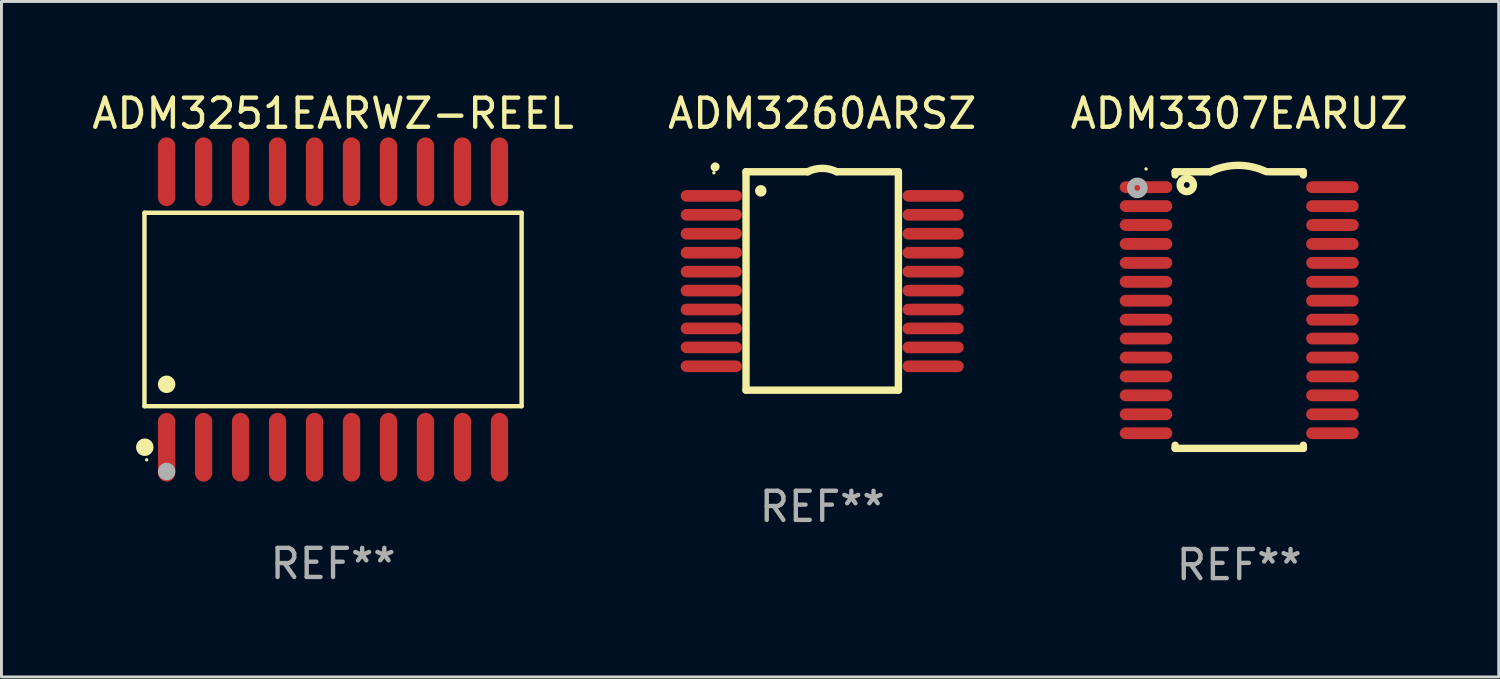
<source format=kicad_pcb>
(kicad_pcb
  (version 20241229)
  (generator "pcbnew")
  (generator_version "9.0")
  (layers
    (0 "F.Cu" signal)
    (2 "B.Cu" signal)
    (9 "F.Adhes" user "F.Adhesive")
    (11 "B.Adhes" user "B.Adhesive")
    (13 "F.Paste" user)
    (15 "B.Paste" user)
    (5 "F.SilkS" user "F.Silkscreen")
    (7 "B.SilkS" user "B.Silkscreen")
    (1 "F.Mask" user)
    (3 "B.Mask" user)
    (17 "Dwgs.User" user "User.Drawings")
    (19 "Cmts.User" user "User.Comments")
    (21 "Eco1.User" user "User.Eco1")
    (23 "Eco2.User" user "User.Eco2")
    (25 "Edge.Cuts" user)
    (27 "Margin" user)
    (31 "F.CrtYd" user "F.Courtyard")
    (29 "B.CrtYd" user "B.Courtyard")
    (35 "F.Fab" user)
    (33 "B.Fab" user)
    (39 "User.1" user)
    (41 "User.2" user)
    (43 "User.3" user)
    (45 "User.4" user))
  (footprint "ADM3260ARSZ"
    (layer "F.Cu")
    (at 25.185 6.598)
    (property "Reference" "ADM3260ARSZ" (at 0 -5.75 0) (layer "F.SilkS") (effects (font (size 1 1) (thickness 0.15))))
    (attr through_hole)
    (fp_line (start -2.616 -3.75) (end -0.5 -3.75) (stroke (width 0.254) (type solid)) (layer "F.SilkS"))
    (fp_line (start -2.616 3.75) (end -2.616 -3.75) (stroke (width 0.254) (type solid)) (layer "F.SilkS"))
    (fp_line (start 0.5 -3.75) (end 2.616 -3.75) (stroke (width 0.254) (type solid)) (layer "F.SilkS"))
    (fp_line (start 2.616 -3.75) (end 2.616 3.75) (stroke (width 0.254) (type solid)) (layer "F.SilkS"))
    (fp_line (start 2.616 3.75) (end -2.616 3.75) (stroke (width 0.254) (type solid)) (layer "F.SilkS"))
    (fp_arc (start -3.683109 -3.911608) (mid -3.678201 -3.91686) (end -3.672949 -3.921768) (stroke (width 0.3) (type solid)) (layer "F.SilkS"))
    (fp_arc (start -0.500483 -3.749047) (mid -0.000102 -3.867211) (end 0.500279 -3.749047) (stroke (width 0.254001) (type solid)) (layer "F.SilkS"))
    (fp_circle (center -3.72 -3.715) (end -3.69 -3.715) (stroke (width 0.06) (type solid)) (fill no) (layer "F.SilkS"))
    (fp_circle (center -2.108 -3.094) (end -2.008 -3.094) (stroke (width 0.2) (type solid)) (fill no) (layer "F.SilkS"))
    (fp_text user "REF**" (at 0 7.75 0) (layer "F.Fab") (effects (font (size 1 1) (thickness 0.15))))
    (pad "1" smd oval (at -3.81 -2.921 90) (size 0.4 2.1) (layers "F.Cu" "F.Mask" "F.Paste"))
    (pad "2" smd oval (at -3.81 -2.271 90) (size 0.4 2.1) (layers "F.Cu" "F.Mask" "F.Paste"))
    (pad "3" smd oval (at -3.81 -1.621 90) (size 0.4 2.1) (layers "F.Cu" "F.Mask" "F.Paste"))
    (pad "4" smd oval (at -3.81 -0.97 90) (size 0.4 2.1) (layers "F.Cu" "F.Mask" "F.Paste"))
    (pad "5" smd oval (at -3.81 -0.32 90) (size 0.4 2.1) (layers "F.Cu" "F.Mask" "F.Paste"))
    (pad "6" smd oval (at -3.81 0.33 90) (size 0.4 2.1) (layers "F.Cu" "F.Mask" "F.Paste"))
    (pad "7" smd oval (at -3.81 0.98 90) (size 0.4 2.1) (layers "F.Cu" "F.Mask" "F.Paste"))
    (pad "8" smd oval (at -3.81 1.631 90) (size 0.4 2.1) (layers "F.Cu" "F.Mask" "F.Paste"))
    (pad "9" smd oval (at -3.81 2.281 90) (size 0.4 2.1) (layers "F.Cu" "F.Mask" "F.Paste"))
    (pad "10" smd oval (at -3.81 2.931 90) (size 0.4 2.1) (layers "F.Cu" "F.Mask" "F.Paste"))
    (pad "11" smd oval (at 3.81 2.931 90) (size 0.4 2.1) (layers "F.Cu" "F.Mask" "F.Paste"))
    (pad "12" smd oval (at 3.81 2.281 90) (size 0.4 2.1) (layers "F.Cu" "F.Mask" "F.Paste"))
    (pad "13" smd oval (at 3.81 1.631 90) (size 0.4 2.1) (layers "F.Cu" "F.Mask" "F.Paste"))
    (pad "14" smd oval (at 3.81 0.98 90) (size 0.4 2.1) (layers "F.Cu" "F.Mask" "F.Paste"))
    (pad "15" smd oval (at 3.81 0.33 90) (size 0.4 2.1) (layers "F.Cu" "F.Mask" "F.Paste"))
    (pad "16" smd oval (at 3.81 -0.32 90) (size 0.4 2.1) (layers "F.Cu" "F.Mask" "F.Paste"))
    (pad "17" smd oval (at 3.81 -0.97 90) (size 0.4 2.1) (layers "F.Cu" "F.Mask" "F.Paste"))
    (pad "18" smd oval (at 3.81 -1.621 90) (size 0.4 2.1) (layers "F.Cu" "F.Mask" "F.Paste"))
    (pad "19" smd oval (at 3.81 -2.271 90) (size 0.4 2.1) (layers "F.Cu" "F.Mask" "F.Paste"))
    (pad "20" smd oval (at 3.81 -2.921 90) (size 0.4 2.1) (layers "F.Cu" "F.Mask" "F.Paste")))
  (footprint "ADM3251EARWZ-REEL"
    (layer "F.Cu")
    (at 8.387 7.578)
    (property "Reference" "ADM3251EARWZ-REEL" (at 0 -6.73 0) (layer "F.SilkS") (effects (font (size 1 1) (thickness 0.15))))
    (attr through_hole)
    (fp_line (start -6.476 -3.321) (end 6.476 -3.321) (stroke (width 0.152) (type solid)) (layer "F.SilkS"))
    (fp_line (start -6.476 3.321) (end -6.476 -3.321) (stroke (width 0.152) (type solid)) (layer "F.SilkS"))
    (fp_line (start 6.476 -3.321) (end 6.476 3.321) (stroke (width 0.152) (type solid)) (layer "F.SilkS"))
    (fp_line (start 6.476 3.321) (end -6.476 3.321) (stroke (width 0.152) (type solid)) (layer "F.SilkS"))
    (fp_circle (center -6.465 4.73) (end -6.315 4.73) (stroke (width 0.3) (type solid)) (fill no) (layer "F.SilkS"))
    (fp_circle (center -6.4 5.163) (end -6.37 5.163) (stroke (width 0.06) (type solid)) (fill no) (layer "F.SilkS"))
    (fp_circle (center -5.715 2.569) (end -5.565 2.569) (stroke (width 0.3) (type solid)) (fill no) (layer "F.SilkS"))
    (fp_circle (center -5.715 5.563) (end -5.565 5.563) (stroke (width 0.3) (type solid)) (fill no) (layer "F.Fab"))
    (fp_text user "REF**" (at 0 8.73 0) (layer "F.Fab") (effects (font (size 1 1) (thickness 0.15))))
    (pad "1" smd oval (at -5.715 4.73) (size 0.595 2.36) (layers "F.Cu" "F.Mask" "F.Paste"))
    (pad "2" smd oval (at -4.445 4.73) (size 0.595 2.36) (layers "F.Cu" "F.Mask" "F.Paste"))
    (pad "3" smd oval (at -3.175 4.73) (size 0.595 2.36) (layers "F.Cu" "F.Mask" "F.Paste"))
    (pad "4" smd oval (at -1.905 4.73) (size 0.595 2.36) (layers "F.Cu" "F.Mask" "F.Paste"))
    (pad "5" smd oval (at -0.635 4.73) (size 0.595 2.36) (layers "F.Cu" "F.Mask" "F.Paste"))
    (pad "6" smd oval (at 0.635 4.73) (size 0.595 2.36) (layers "F.Cu" "F.Mask" "F.Paste"))
    (pad "7" smd oval (at 1.905 4.73) (size 0.595 2.36) (layers "F.Cu" "F.Mask" "F.Paste"))
    (pad "8" smd oval (at 3.175 4.73) (size 0.595 2.36) (layers "F.Cu" "F.Mask" "F.Paste"))
    (pad "9" smd oval (at 4.445 4.73) (size 0.595 2.36) (layers "F.Cu" "F.Mask" "F.Paste"))
    (pad "10" smd oval (at 5.715 4.73) (size 0.595 2.36) (layers "F.Cu" "F.Mask" "F.Paste"))
    (pad "11" smd oval (at 5.715 -4.73) (size 0.595 2.36) (layers "F.Cu" "F.Mask" "F.Paste"))
    (pad "12" smd oval (at 4.445 -4.73) (size 0.595 2.36) (layers "F.Cu" "F.Mask" "F.Paste"))
    (pad "13" smd oval (at 3.175 -4.73) (size 0.595 2.36) (layers "F.Cu" "F.Mask" "F.Paste"))
    (pad "14" smd oval (at 1.905 -4.73) (size 0.595 2.36) (layers "F.Cu" "F.Mask" "F.Paste"))
    (pad "15" smd oval (at 0.635 -4.73) (size 0.595 2.36) (layers "F.Cu" "F.Mask" "F.Paste"))
    (pad "16" smd oval (at -0.635 -4.73) (size 0.595 2.36) (layers "F.Cu" "F.Mask" "F.Paste"))
    (pad "17" smd oval (at -1.905 -4.73) (size 0.595 2.36) (layers "F.Cu" "F.Mask" "F.Paste"))
    (pad "18" smd oval (at -3.175 -4.73) (size 0.595 2.36) (layers "F.Cu" "F.Mask" "F.Paste"))
    (pad "19" smd oval (at -4.445 -4.73) (size 0.595 2.36) (layers "F.Cu" "F.Mask" "F.Paste"))
    (pad "20" smd oval (at -5.715 -4.73) (size 0.595 2.36) (layers "F.Cu" "F.Mask" "F.Paste")))
  (footprint "ADM3307EARUZ"
    (layer "F.Cu")
    (at 39.506 7.598)
    (property "Reference" "ADM3307EARUZ" (at 0 -6.75 0) (layer "F.SilkS") (effects (font (size 1 1) (thickness 0.15))))
    (attr through_hole)
    (fp_line (start -2.2 -4.75) (end -2.2 -4.641) (stroke (width 0.254) (type solid)) (layer "F.SilkS"))
    (fp_line (start -2.2 -4.75) (end -1 -4.75) (stroke (width 0.254) (type solid)) (layer "F.SilkS"))
    (fp_line (start -2.2 4.641) (end -2.2 4.75) (stroke (width 0.254) (type solid)) (layer "F.SilkS"))
    (fp_line (start -2.2 4.75) (end 2.2 4.75) (stroke (width 0.254) (type solid)) (layer "F.SilkS"))
    (fp_line (start 2.2 -4.75) (end 1 -4.75) (stroke (width 0.254) (type solid)) (layer "F.SilkS"))
    (fp_line (start 2.2 -4.75) (end 2.2 -4.641) (stroke (width 0.254) (type solid)) (layer "F.SilkS"))
    (fp_line (start 2.2 4.641) (end 2.2 4.75) (stroke (width 0.254) (type solid)) (layer "F.SilkS"))
    (fp_arc (start -1.000025 -4.750013) (mid -0.040073 -4.969719) (end 0.920777 -4.753975) (stroke (width 0.254001) (type solid)) (layer "F.SilkS"))
    (fp_circle (center -3.2 -4.846) (end -3.17 -4.846) (stroke (width 0.06) (type solid)) (fill no) (layer "F.SilkS"))
    (fp_circle (center -1.8 -4.296) (end -1.7 -4.296) (stroke (width 0.254) (type solid)) (fill no) (layer "F.SilkS"))
    (fp_circle (center -3.5 -4.196) (end -3.4 -4.196) (stroke (width 0.254) (type solid)) (fill no) (layer "F.Fab"))
    (fp_text user "REF**" (at 0 8.75 0) (layer "F.Fab") (effects (font (size 1 1) (thickness 0.15))))
    (pad "1" smd oval (at -3.2 -4.221) (size 1.803 0.406) (layers "F.Cu" "F.Mask" "F.Paste"))
    (pad "2" smd oval (at -3.2 -3.571) (size 1.803 0.406) (layers "F.Cu" "F.Mask" "F.Paste"))
    (pad "3" smd oval (at -3.2 -2.921) (size 1.803 0.406) (layers "F.Cu" "F.Mask" "F.Paste"))
    (pad "4" smd oval (at -3.2 -2.271) (size 1.803 0.406) (layers "F.Cu" "F.Mask" "F.Paste"))
    (pad "5" smd oval (at -3.2 -1.621) (size 1.803 0.406) (layers "F.Cu" "F.Mask" "F.Paste"))
    (pad "6" smd oval (at -3.2 -0.971) (size 1.803 0.406) (layers "F.Cu" "F.Mask" "F.Paste"))
    (pad "7" smd oval (at -3.2 -0.321) (size 1.803 0.406) (layers "F.Cu" "F.Mask" "F.Paste"))
    (pad "8" smd oval (at -3.2 0.329) (size 1.803 0.406) (layers "F.Cu" "F.Mask" "F.Paste"))
    (pad "9" smd oval (at -3.2 0.979) (size 1.803 0.406) (layers "F.Cu" "F.Mask" "F.Paste"))
    (pad "10" smd oval (at -3.2 1.629) (size 1.803 0.406) (layers "F.Cu" "F.Mask" "F.Paste"))
    (pad "11" smd oval (at -3.2 2.279) (size 1.803 0.406) (layers "F.Cu" "F.Mask" "F.Paste"))
    (pad "12" smd oval (at -3.2 2.929) (size 1.803 0.406) (layers "F.Cu" "F.Mask" "F.Paste"))
    (pad "13" smd oval (at -3.2 3.579) (size 1.803 0.406) (layers "F.Cu" "F.Mask" "F.Paste"))
    (pad "14" smd oval (at -3.2 4.229) (size 1.803 0.406) (layers "F.Cu" "F.Mask" "F.Paste"))
    (pad "15" smd oval (at 3.2 4.229) (size 1.803 0.406) (layers "F.Cu" "F.Mask" "F.Paste"))
    (pad "16" smd oval (at 3.2 3.579) (size 1.803 0.406) (layers "F.Cu" "F.Mask" "F.Paste"))
    (pad "17" smd oval (at 3.2 2.929) (size 1.803 0.406) (layers "F.Cu" "F.Mask" "F.Paste"))
    (pad "18" smd oval (at 3.2 2.279) (size 1.803 0.406) (layers "F.Cu" "F.Mask" "F.Paste"))
    (pad "19" smd oval (at 3.2 1.629) (size 1.803 0.406) (layers "F.Cu" "F.Mask" "F.Paste"))
    (pad "20" smd oval (at 3.2 0.979) (size 1.803 0.406) (layers "F.Cu" "F.Mask" "F.Paste"))
    (pad "21" smd oval (at 3.2 0.329) (size 1.803 0.406) (layers "F.Cu" "F.Mask" "F.Paste"))
    (pad "22" smd oval (at 3.2 -0.321) (size 1.803 0.406) (layers "F.Cu" "F.Mask" "F.Paste"))
    (pad "23" smd oval (at 3.2 -0.971) (size 1.803 0.406) (layers "F.Cu" "F.Mask" "F.Paste"))
    (pad "24" smd oval (at 3.2 -1.621) (size 1.803 0.406) (layers "F.Cu" "F.Mask" "F.Paste"))
    (pad "25" smd oval (at 3.2 -2.271) (size 1.803 0.406) (layers "F.Cu" "F.Mask" "F.Paste"))
    (pad "26" smd oval (at 3.2 -2.921) (size 1.803 0.406) (layers "F.Cu" "F.Mask" "F.Paste"))
    (pad "27" smd oval (at 3.2 -3.571) (size 1.803 0.406) (layers "F.Cu" "F.Mask" "F.Paste"))
    (pad "28" smd oval (at 3.2 -4.221) (size 1.803 0.406) (layers "F.Cu" "F.Mask" "F.Paste")))
  (gr_rect
    (start -3 -3)
    (end 48.417 20.197)
    (stroke (width 0.1) (type default))
    (fill no)
    (layer "Edge.Cuts")))
</source>
